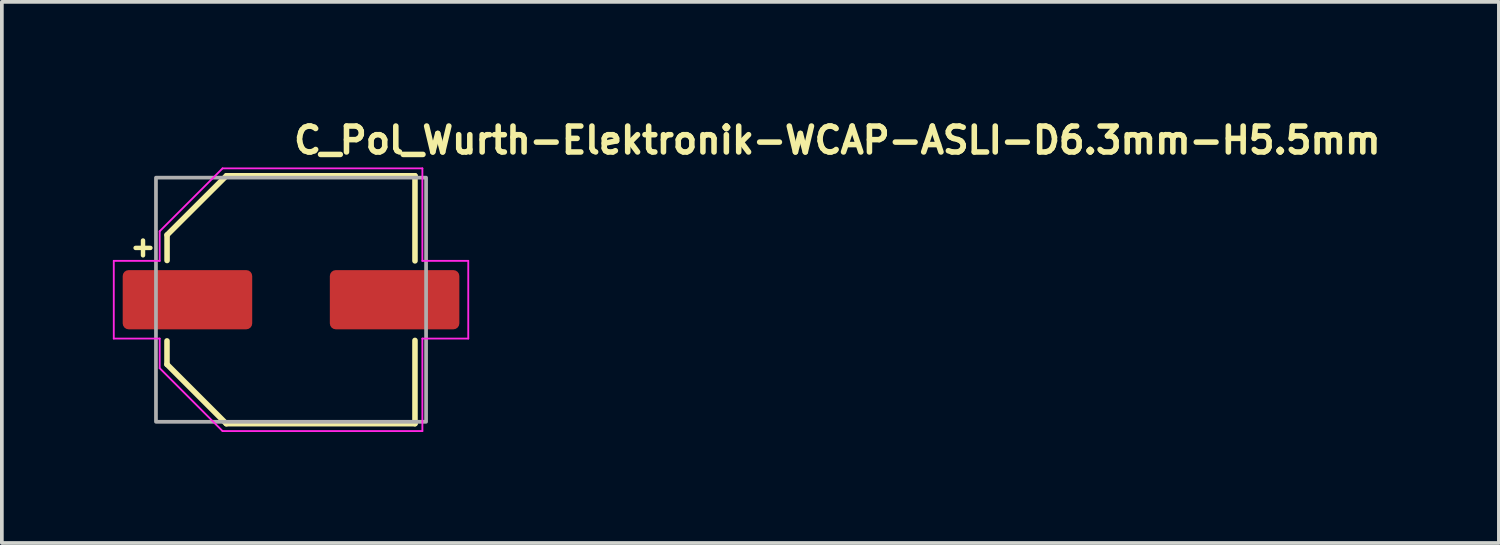
<source format=kicad_pcb>
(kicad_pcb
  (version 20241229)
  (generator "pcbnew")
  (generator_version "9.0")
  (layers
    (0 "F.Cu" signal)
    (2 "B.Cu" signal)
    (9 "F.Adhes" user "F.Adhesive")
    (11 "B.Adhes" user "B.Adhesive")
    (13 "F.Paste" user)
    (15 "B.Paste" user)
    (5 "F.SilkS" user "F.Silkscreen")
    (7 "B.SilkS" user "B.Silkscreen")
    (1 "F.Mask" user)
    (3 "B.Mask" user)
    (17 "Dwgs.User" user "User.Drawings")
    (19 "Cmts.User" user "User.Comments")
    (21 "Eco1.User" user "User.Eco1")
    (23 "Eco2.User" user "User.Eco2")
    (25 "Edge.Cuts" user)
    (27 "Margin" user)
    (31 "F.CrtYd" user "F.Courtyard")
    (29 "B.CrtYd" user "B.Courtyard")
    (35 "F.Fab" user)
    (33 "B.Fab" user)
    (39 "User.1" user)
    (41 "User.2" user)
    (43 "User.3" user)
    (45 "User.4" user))
  (footprint "C_Pol_Wurth-Elektronik-WCAP-ASLI-D6.3mm-H5.5mm"
    (layer "F.Cu")
    (at 4.815 5.05)
    (property "Reference" "C_Pol_Wurth-Elektronik-WCAP-ASLI-D6.3mm-H5.5mm" (at 0 -3.9 0) (layer "F.SilkS") (effects (font (size 0.7 0.7) (thickness 0.15)) (justify left bottom)))
    (attr smd)
    (fp_line (start -4.2 -1.4) (end -3.8 -1.4) (stroke (width 0.12) (type solid)) (layer "F.SilkS"))
    (fp_line (start -4 -1.6) (end -4 -1.2) (stroke (width 0.12) (type solid)) (layer "F.SilkS"))
    (fp_line (start -3.352 1.748) (end -3.352 1.113) (stroke (width 0.15) (type solid)) (layer "F.SilkS"))
    (fp_line (start -3.352 1.748) (end -1.748 3.352) (stroke (width 0.15) (type solid)) (layer "F.SilkS"))
    (fp_line (start -3.35 -1.75) (end -3.35 -1.06) (stroke (width 0.15) (type solid)) (layer "F.SilkS"))
    (fp_line (start -3.35 -1.75) (end -1.747 -3.349) (stroke (width 0.15) (type solid)) (layer "F.SilkS"))
    (fp_line (start -1.748 3.35) (end 3.35 3.35) (stroke (width 0.15) (type solid)) (layer "F.SilkS"))
    (fp_line (start -1.747 -3.349) (end 3.35 -3.35) (stroke (width 0.15) (type solid)) (layer "F.SilkS"))
    (fp_line (start 3.35 -3.35) (end 3.35 -1.05) (stroke (width 0.15) (type solid)) (layer "F.SilkS"))
    (fp_line (start 3.35 3.35) (end 3.35 1.1) (stroke (width 0.15) (type solid)) (layer "F.SilkS"))
    (fp_line (start -4.79 1.05) (end -4.79 -1.05) (stroke (width 0.05) (type solid)) (layer "F.CrtYd"))
    (fp_line (start -4.79 1.05) (end -3.55 1.05) (stroke (width 0.05) (type solid)) (layer "F.CrtYd"))
    (fp_line (start -3.55 -1.85) (end -3.55 -1.05) (stroke (width 0.05) (type solid)) (layer "F.CrtYd"))
    (fp_line (start -3.55 -1.85) (end -1.85 -3.55) (stroke (width 0.05) (type solid)) (layer "F.CrtYd"))
    (fp_line (start -3.55 -1.05) (end -4.79 -1.05) (stroke (width 0.05) (type solid)) (layer "F.CrtYd"))
    (fp_line (start -3.55 1.05) (end -3.55 1.85) (stroke (width 0.05) (type solid)) (layer "F.CrtYd"))
    (fp_line (start -1.85 -3.55) (end 3.55 -3.55) (stroke (width 0.05) (type solid)) (layer "F.CrtYd"))
    (fp_line (start -1.85 3.55) (end -3.55 1.85) (stroke (width 0.05) (type solid)) (layer "F.CrtYd"))
    (fp_line (start -1.85 3.55) (end 3.55 3.55) (stroke (width 0.05) (type solid)) (layer "F.CrtYd"))
    (fp_line (start 3.55 -3.55) (end 3.55 -1.05) (stroke (width 0.05) (type solid)) (layer "F.CrtYd"))
    (fp_line (start 3.55 -1.05) (end 4.79 -1.05) (stroke (width 0.05) (type solid)) (layer "F.CrtYd"))
    (fp_line (start 3.55 3.55) (end 3.55 1.05) (stroke (width 0.05) (type solid)) (layer "F.CrtYd"))
    (fp_line (start 4.79 -1.05) (end 4.79 1.05) (stroke (width 0.05) (type solid)) (layer "F.CrtYd"))
    (fp_line (start 4.79 1.05) (end 3.55 1.05) (stroke (width 0.05) (type solid)) (layer "F.CrtYd"))
    (fp_rect (start -3.65 -3.299) (end 3.65 3.299) (stroke (width 0.1) (type solid)) (fill no) (layer "F.Fab"))
    (fp_rect (start -3.65 -3.299) (end 3.65 3.299) (stroke (width 0.1) (type solid)) (fill no) (layer "User.5"))
    (fp_line (start -3.658 0.325) (end -3.658 -0.325) (stroke (width 0.02) (type solid)) (layer "User.9"))
    (fp_line (start -3.308 -1.75) (end -1.758 -3.299) (stroke (width 0.02) (type solid)) (layer "User.9"))
    (fp_line (start -3.308 -1) (end -3.308 -1.75) (stroke (width 0.02) (type solid)) (layer "User.9"))
    (fp_line (start -3.308 -0.325) (end -3.658 -0.325) (stroke (width 0.02) (type solid)) (layer "User.9"))
    (fp_line (start -3.308 0.325) (end -3.658 0.325) (stroke (width 0.02) (type solid)) (layer "User.9"))
    (fp_line (start -3.308 1) (end -3.308 -1) (stroke (width 0.02) (type solid)) (layer "User.9"))
    (fp_line (start -3.308 1) (end -2.995 1) (stroke (width 0.02) (type solid)) (layer "User.9"))
    (fp_line (start -3.308 1.75) (end -3.308 1) (stroke (width 0.02) (type solid)) (layer "User.9"))
    (fp_line (start -3.158 0) (end -3.153 -0.162) (stroke (width 0.02) (type solid)) (layer "User.9"))
    (fp_line (start -3.153 -0.162) (end -3.141 -0.321) (stroke (width 0.02) (type solid)) (layer "User.9"))
    (fp_line (start -3.153 0.162) (end -3.157 0) (stroke (width 0.02) (type solid)) (layer "User.9"))
    (fp_line (start -3.141 -0.321) (end -3.121 -0.479) (stroke (width 0.02) (type solid)) (layer "User.9"))
    (fp_line (start -3.141 0.322) (end -3.153 0.162) (stroke (width 0.02) (type solid)) (layer "User.9"))
    (fp_line (start -3.121 -0.479) (end -3.093 -0.634) (stroke (width 0.02) (type solid)) (layer "User.9"))
    (fp_line (start -3.121 0.479) (end -3.141 0.322) (stroke (width 0.02) (type solid)) (layer "User.9"))
    (fp_line (start -3.093 -0.634) (end -3.058 -0.786) (stroke (width 0.02) (type solid)) (layer "User.9"))
    (fp_line (start -3.093 0.634) (end -3.121 0.479) (stroke (width 0.02) (type solid)) (layer "User.9"))
    (fp_line (start -3.058 -0.786) (end -3.016 -0.936) (stroke (width 0.02) (type solid)) (layer "User.9"))
    (fp_line (start -3.058 0.787) (end -3.093 0.634) (stroke (width 0.02) (type solid)) (layer "User.9"))
    (fp_line (start -3.016 -0.936) (end -2.966 -1.082) (stroke (width 0.02) (type solid)) (layer "User.9"))
    (fp_line (start -3.016 0.936) (end -3.058 0.787) (stroke (width 0.02) (type solid)) (layer "User.9"))
    (fp_line (start -2.995 -1) (end -3.308 -1) (stroke (width 0.02) (type solid)) (layer "User.9"))
    (fp_line (start -2.966 -1.082) (end -2.91 -1.225) (stroke (width 0.02) (type solid)) (layer "User.9"))
    (fp_line (start -2.966 1.082) (end -3.016 0.936) (stroke (width 0.02) (type solid)) (layer "User.9"))
    (fp_line (start -2.91 -1.225) (end -2.847 -1.365) (stroke (width 0.02) (type solid)) (layer "User.9"))
    (fp_line (start -2.91 1.225) (end -2.966 1.082) (stroke (width 0.02) (type solid)) (layer "User.9"))
    (fp_line (start -2.847 -1.365) (end -2.777 -1.5) (stroke (width 0.02) (type solid)) (layer "User.9"))
    (fp_line (start -2.846 1.365) (end -2.91 1.225) (stroke (width 0.02) (type solid)) (layer "User.9"))
    (fp_line (start -2.777 -1.5) (end -2.701 -1.632) (stroke (width 0.02) (type solid)) (layer "User.9"))
    (fp_line (start -2.777 1.501) (end -2.846 1.365) (stroke (width 0.02) (type solid)) (layer "User.9"))
    (fp_line (start -2.701 -1.632) (end -2.619 -1.76) (stroke (width 0.02) (type solid)) (layer "User.9"))
    (fp_line (start -2.701 1.632) (end -2.777 1.501) (stroke (width 0.02) (type solid)) (layer "User.9"))
    (fp_line (start -2.619 -1.76) (end -2.531 -1.883) (stroke (width 0.02) (type solid)) (layer "User.9"))
    (fp_line (start -2.619 1.76) (end -2.701 1.632) (stroke (width 0.02) (type solid)) (layer "User.9"))
    (fp_line (start -2.531 -1.883) (end -2.438 -2.002) (stroke (width 0.02) (type solid)) (layer "User.9"))
    (fp_line (start -2.531 1.884) (end -2.619 1.76) (stroke (width 0.02) (type solid)) (layer "User.9"))
    (fp_line (start -2.438 -2.002) (end -2.339 -2.117) (stroke (width 0.02) (type solid)) (layer "User.9"))
    (fp_line (start -2.438 2.003) (end -2.531 1.884) (stroke (width 0.02) (type solid)) (layer "User.9"))
    (fp_line (start -2.339 -2.117) (end -2.235 -2.226) (stroke (width 0.02) (type solid)) (layer "User.9"))
    (fp_line (start -2.339 2.117) (end -2.438 2.003) (stroke (width 0.02) (type solid)) (layer "User.9"))
    (fp_line (start -2.235 -2.226) (end -2.125 -2.33) (stroke (width 0.02) (type solid)) (layer "User.9"))
    (fp_line (start -2.234 2.226) (end -2.339 2.117) (stroke (width 0.02) (type solid)) (layer "User.9"))
    (fp_line (start -2.125 -2.33) (end -2.011 -2.429) (stroke (width 0.02) (type solid)) (layer "User.9"))
    (fp_line (start -2.125 2.33) (end -2.234 2.226) (stroke (width 0.02) (type solid)) (layer "User.9"))
    (fp_line (start -2.011 -2.429) (end -1.891 -2.523) (stroke (width 0.02) (type solid)) (layer "User.9"))
    (fp_line (start -2.011 2.429) (end -2.125 2.33) (stroke (width 0.02) (type solid)) (layer "User.9"))
    (fp_line (start -1.891 -2.523) (end -1.768 -2.61) (stroke (width 0.02) (type solid)) (layer "User.9"))
    (fp_line (start -1.891 2.523) (end -2.011 2.429) (stroke (width 0.02) (type solid)) (layer "User.9"))
    (fp_line (start -1.768 -2.61) (end -1.641 -2.692) (stroke (width 0.02) (type solid)) (layer "User.9"))
    (fp_line (start -1.768 2.611) (end -1.891 2.523) (stroke (width 0.02) (type solid)) (layer "User.9"))
    (fp_line (start -1.758 -3.299) (end -1.008 -3.299) (stroke (width 0.02) (type solid)) (layer "User.9"))
    (fp_line (start -1.758 3.299) (end -3.308 1.75) (stroke (width 0.02) (type solid)) (layer "User.9"))
    (fp_line (start -1.641 -2.692) (end -1.508 -2.768) (stroke (width 0.02) (type solid)) (layer "User.9"))
    (fp_line (start -1.64 2.693) (end -1.768 2.611) (stroke (width 0.02) (type solid)) (layer "User.9"))
    (fp_line (start -1.508 -2.768) (end -1.372 -2.838) (stroke (width 0.02) (type solid)) (layer "User.9"))
    (fp_line (start -1.508 2.768) (end -1.64 2.693) (stroke (width 0.02) (type solid)) (layer "User.9"))
    (fp_line (start -1.372 -2.838) (end -1.233 -2.901) (stroke (width 0.02) (type solid)) (layer "User.9"))
    (fp_line (start -1.372 2.838) (end -1.508 2.768) (stroke (width 0.02) (type solid)) (layer "User.9"))
    (fp_line (start -1.233 -2.901) (end -1.09 -2.957) (stroke (width 0.02) (type solid)) (layer "User.9"))
    (fp_line (start -1.233 2.901) (end -1.372 2.838) (stroke (width 0.02) (type solid)) (layer "User.9"))
    (fp_line (start -1.09 -2.957) (end -0.943 -3.007) (stroke (width 0.02) (type solid)) (layer "User.9"))
    (fp_line (start -1.09 2.957) (end -1.233 2.901) (stroke (width 0.02) (type solid)) (layer "User.9"))
    (fp_line (start -1.008 -3.299) (end -1.008 -2.987) (stroke (width 0.02) (type solid)) (layer "User.9"))
    (fp_line (start -1.008 -3.299) (end 0.992 -3.299) (stroke (width 0.02) (type solid)) (layer "User.9"))
    (fp_line (start -1.008 2.987) (end -1.008 3.299) (stroke (width 0.02) (type solid)) (layer "User.9"))
    (fp_line (start -1.008 3.299) (end -1.758 3.299) (stroke (width 0.02) (type solid)) (layer "User.9"))
    (fp_line (start -0.943 -3.007) (end -0.794 -3.049) (stroke (width 0.02) (type solid)) (layer "User.9"))
    (fp_line (start -0.943 3.007) (end -1.09 2.957) (stroke (width 0.02) (type solid)) (layer "User.9"))
    (fp_line (start -0.794 -3.049) (end -0.642 -3.084) (stroke (width 0.02) (type solid)) (layer "User.9"))
    (fp_line (start -0.794 3.049) (end -0.943 3.007) (stroke (width 0.02) (type solid)) (layer "User.9"))
    (fp_line (start -0.642 -3.084) (end -0.487 -3.112) (stroke (width 0.02) (type solid)) (layer "User.9"))
    (fp_line (start -0.642 3.084) (end -0.794 3.049) (stroke (width 0.02) (type solid)) (layer "User.9"))
    (fp_line (start -0.487 -3.112) (end -0.33 -3.132) (stroke (width 0.02) (type solid)) (layer "User.9"))
    (fp_line (start -0.487 3.112) (end -0.642 3.084) (stroke (width 0.02) (type solid)) (layer "User.9"))
    (fp_line (start -0.33 -3.132) (end -0.169 -3.144) (stroke (width 0.02) (type solid)) (layer "User.9"))
    (fp_line (start -0.329 3.132) (end -0.487 3.112) (stroke (width 0.02) (type solid)) (layer "User.9"))
    (fp_line (start -0.169 -3.144) (end -0.008 -3.148) (stroke (width 0.02) (type solid)) (layer "User.9"))
    (fp_line (start -0.169 3.144) (end -0.329 3.132) (stroke (width 0.02) (type solid)) (layer "User.9"))
    (fp_line (start -0.008 -3.148) (end -0.008 -3.148) (stroke (width 0.02) (type solid)) (layer "User.9"))
    (fp_line (start -0.008 -3.148) (end 0.153 -3.144) (stroke (width 0.02) (type solid)) (layer "User.9"))
    (fp_line (start -0.008 3.148) (end -0.169 3.144) (stroke (width 0.02) (type solid)) (layer "User.9"))
    (fp_line (start -0.008 3.148) (end -0.008 3.148) (stroke (width 0.02) (type solid)) (layer "User.9"))
    (fp_line (start 0.153 -3.144) (end 0.314 -3.132) (stroke (width 0.02) (type solid)) (layer "User.9"))
    (fp_line (start 0.154 3.144) (end -0.008 3.148) (stroke (width 0.02) (type solid)) (layer "User.9"))
    (fp_line (start 0.314 -3.132) (end 0.472 -3.112) (stroke (width 0.02) (type solid)) (layer "User.9"))
    (fp_line (start 0.314 3.132) (end 0.154 3.144) (stroke (width 0.02) (type solid)) (layer "User.9"))
    (fp_line (start 0.472 -3.112) (end 0.626 -3.084) (stroke (width 0.02) (type solid)) (layer "User.9"))
    (fp_line (start 0.472 3.112) (end 0.314 3.132) (stroke (width 0.02) (type solid)) (layer "User.9"))
    (fp_line (start 0.626 -3.084) (end 0.778 -3.049) (stroke (width 0.02) (type solid)) (layer "User.9"))
    (fp_line (start 0.626 3.084) (end 0.472 3.112) (stroke (width 0.02) (type solid)) (layer "User.9"))
    (fp_line (start 0.778 -3.049) (end 0.928 -3.007) (stroke (width 0.02) (type solid)) (layer "User.9"))
    (fp_line (start 0.779 3.049) (end 0.626 3.084) (stroke (width 0.02) (type solid)) (layer "User.9"))
    (fp_line (start 0.928 -3.007) (end 1.075 -2.957) (stroke (width 0.02) (type solid)) (layer "User.9"))
    (fp_line (start 0.928 3.007) (end 0.779 3.049) (stroke (width 0.02) (type solid)) (layer "User.9"))
    (fp_line (start 0.992 -3.299) (end 2.992 -3.299) (stroke (width 0.02) (type solid)) (layer "User.9"))
    (fp_line (start 0.992 -2.987) (end 0.992 -3.299) (stroke (width 0.02) (type solid)) (layer "User.9"))
    (fp_line (start 0.992 3.299) (end -1.008 3.299) (stroke (width 0.02) (type solid)) (layer "User.9"))
    (fp_line (start 0.992 3.299) (end 0.992 2.987) (stroke (width 0.02) (type solid)) (layer "User.9"))
    (fp_line (start 1.075 -2.957) (end 1.218 -2.901) (stroke (width 0.02) (type solid)) (layer "User.9"))
    (fp_line (start 1.075 2.957) (end 0.928 3.007) (stroke (width 0.02) (type solid)) (layer "User.9"))
    (fp_line (start 1.125 -2.598) (end 1.222 -2.554) (stroke (width 0.02) (type solid)) (layer "User.9"))
    (fp_line (start 1.125 2.598) (end 1.125 -2.598) (stroke (width 0.02) (type solid)) (layer "User.9"))
    (fp_line (start 1.218 -2.901) (end 1.357 -2.838) (stroke (width 0.02) (type solid)) (layer "User.9"))
    (fp_line (start 1.218 2.901) (end 1.075 2.957) (stroke (width 0.02) (type solid)) (layer "User.9"))
    (fp_line (start 1.222 -2.554) (end 1.315 -2.507) (stroke (width 0.02) (type solid)) (layer "User.9"))
    (fp_line (start 1.315 -2.507) (end 1.406 -2.456) (stroke (width 0.02) (type solid)) (layer "User.9"))
    (fp_line (start 1.315 2.507) (end 1.126 2.598) (stroke (width 0.02) (type solid)) (layer "User.9"))
    (fp_line (start 1.357 -2.838) (end 1.494 -2.768) (stroke (width 0.02) (type solid)) (layer "User.9"))
    (fp_line (start 1.357 2.838) (end 1.218 2.901) (stroke (width 0.02) (type solid)) (layer "User.9"))
    (fp_line (start 1.406 -2.456) (end 1.496 -2.403) (stroke (width 0.02) (type solid)) (layer "User.9"))
    (fp_line (start 1.494 -2.768) (end 1.625 -2.693) (stroke (width 0.02) (type solid)) (layer "User.9"))
    (fp_line (start 1.494 2.768) (end 1.357 2.838) (stroke (width 0.02) (type solid)) (layer "User.9"))
    (fp_line (start 1.496 -2.403) (end 1.583 -2.347) (stroke (width 0.02) (type solid)) (layer "User.9"))
    (fp_line (start 1.496 2.403) (end 1.315 2.507) (stroke (width 0.02) (type solid)) (layer "User.9"))
    (fp_line (start 1.583 -2.347) (end 1.666 -2.287) (stroke (width 0.02) (type solid)) (layer "User.9"))
    (fp_line (start 1.625 -2.693) (end 1.752 -2.611) (stroke (width 0.02) (type solid)) (layer "User.9"))
    (fp_line (start 1.625 2.692) (end 1.494 2.768) (stroke (width 0.02) (type solid)) (layer "User.9"))
    (fp_line (start 1.666 -2.287) (end 1.748 -2.225) (stroke (width 0.02) (type solid)) (layer "User.9"))
    (fp_line (start 1.666 2.287) (end 1.496 2.403) (stroke (width 0.02) (type solid)) (layer "User.9"))
    (fp_line (start 1.748 -2.225) (end 1.827 -2.16) (stroke (width 0.02) (type solid)) (layer "User.9"))
    (fp_line (start 1.752 -2.611) (end 1.876 -2.523) (stroke (width 0.02) (type solid)) (layer "User.9"))
    (fp_line (start 1.752 2.61) (end 1.625 2.692) (stroke (width 0.02) (type solid)) (layer "User.9"))
    (fp_line (start 1.827 -2.16) (end 1.904 -2.093) (stroke (width 0.02) (type solid)) (layer "User.9"))
    (fp_line (start 1.827 2.16) (end 1.666 2.287) (stroke (width 0.02) (type solid)) (layer "User.9"))
    (fp_line (start 1.876 -2.523) (end 1.996 -2.429) (stroke (width 0.02) (type solid)) (layer "User.9"))
    (fp_line (start 1.876 2.523) (end 1.752 2.61) (stroke (width 0.02) (type solid)) (layer "User.9"))
    (fp_line (start 1.904 -2.093) (end 1.978 -2.022) (stroke (width 0.02) (type solid)) (layer "User.9"))
    (fp_line (start 1.978 -2.022) (end 2.05 -1.95) (stroke (width 0.02) (type solid)) (layer "User.9"))
    (fp_line (start 1.978 2.022) (end 1.827 2.16) (stroke (width 0.02) (type solid)) (layer "User.9"))
    (fp_line (start 1.996 -2.429) (end 2.11 -2.33) (stroke (width 0.02) (type solid)) (layer "User.9"))
    (fp_line (start 1.996 2.429) (end 1.876 2.523) (stroke (width 0.02) (type solid)) (layer "User.9"))
    (fp_line (start 2.05 -1.95) (end 2.118 -1.875) (stroke (width 0.02) (type solid)) (layer "User.9"))
    (fp_line (start 2.11 -2.33) (end 2.219 -2.226) (stroke (width 0.02) (type solid)) (layer "User.9"))
    (fp_line (start 2.11 2.33) (end 1.996 2.429) (stroke (width 0.02) (type solid)) (layer "User.9"))
    (fp_line (start 2.118 -1.875) (end 2.184 -1.797) (stroke (width 0.02) (type solid)) (layer "User.9"))
    (fp_line (start 2.118 1.875) (end 1.978 2.022) (stroke (width 0.02) (type solid)) (layer "User.9"))
    (fp_line (start 2.184 -1.797) (end 2.247 -1.718) (stroke (width 0.02) (type solid)) (layer "User.9"))
    (fp_line (start 2.219 -2.226) (end 2.324 -2.117) (stroke (width 0.02) (type solid)) (layer "User.9"))
    (fp_line (start 2.219 2.226) (end 2.11 2.33) (stroke (width 0.02) (type solid)) (layer "User.9"))
    (fp_line (start 2.247 -1.718) (end 2.307 -1.636) (stroke (width 0.02) (type solid)) (layer "User.9"))
    (fp_line (start 2.247 1.718) (end 2.118 1.875) (stroke (width 0.02) (type solid)) (layer "User.9"))
    (fp_line (start 2.307 -1.636) (end 2.364 -1.552) (stroke (width 0.02) (type solid)) (layer "User.9"))
    (fp_line (start 2.324 -2.117) (end 2.423 -2.003) (stroke (width 0.02) (type solid)) (layer "User.9"))
    (fp_line (start 2.324 2.117) (end 2.219 2.226) (stroke (width 0.02) (type solid)) (layer "User.9"))
    (fp_line (start 2.364 -1.552) (end 2.418 -1.467) (stroke (width 0.02) (type solid)) (layer "User.9"))
    (fp_line (start 2.364 1.552) (end 2.247 1.718) (stroke (width 0.02) (type solid)) (layer "User.9"))
    (fp_line (start 2.418 -1.467) (end 2.469 -1.379) (stroke (width 0.02) (type solid)) (layer "User.9"))
    (fp_line (start 2.423 -2.003) (end 2.516 -1.884) (stroke (width 0.02) (type solid)) (layer "User.9"))
    (fp_line (start 2.423 2.002) (end 2.324 2.117) (stroke (width 0.02) (type solid)) (layer "User.9"))
    (fp_line (start 2.469 -1.379) (end 2.517 -1.289) (stroke (width 0.02) (type solid)) (layer "User.9"))
    (fp_line (start 2.469 1.379) (end 2.364 1.552) (stroke (width 0.02) (type solid)) (layer "User.9"))
    (fp_line (start 2.516 -1.884) (end 2.604 -1.76) (stroke (width 0.02) (type solid)) (layer "User.9"))
    (fp_line (start 2.516 1.883) (end 2.423 2.002) (stroke (width 0.02) (type solid)) (layer "User.9"))
    (fp_line (start 2.517 -1.289) (end 2.562 -1.198) (stroke (width 0.02) (type solid)) (layer "User.9"))
    (fp_line (start 2.562 -1.198) (end 2.602 -1.105) (stroke (width 0.02) (type solid)) (layer "User.9"))
    (fp_line (start 2.562 1.198) (end 2.469 1.379) (stroke (width 0.02) (type solid)) (layer "User.9"))
    (fp_line (start 2.602 -1.105) (end 2.641 -1.011) (stroke (width 0.02) (type solid)) (layer "User.9"))
    (fp_line (start 2.604 -1.76) (end 2.686 -1.632) (stroke (width 0.02) (type solid)) (layer "User.9"))
    (fp_line (start 2.604 1.76) (end 2.516 1.883) (stroke (width 0.02) (type solid)) (layer "User.9"))
    (fp_line (start 2.641 -1.011) (end 2.675 -0.915) (stroke (width 0.02) (type solid)) (layer "User.9"))
    (fp_line (start 2.641 1.011) (end 2.562 1.198) (stroke (width 0.02) (type solid)) (layer "User.9"))
    (fp_line (start 2.675 -0.915) (end 2.707 -0.818) (stroke (width 0.02) (type solid)) (layer "User.9"))
    (fp_line (start 2.686 -1.632) (end 2.762 -1.501) (stroke (width 0.02) (type solid)) (layer "User.9"))
    (fp_line (start 2.686 1.632) (end 2.604 1.76) (stroke (width 0.02) (type solid)) (layer "User.9"))
    (fp_line (start 2.707 -0.818) (end 2.735 -0.719) (stroke (width 0.02) (type solid)) (layer "User.9"))
    (fp_line (start 2.707 0.818) (end 2.641 1.011) (stroke (width 0.02) (type solid)) (layer "User.9"))
    (fp_line (start 2.735 -0.719) (end 2.759 -0.619) (stroke (width 0.02) (type solid)) (layer "User.9"))
    (fp_line (start 2.759 -0.619) (end 2.779 -0.518) (stroke (width 0.02) (type solid)) (layer "User.9"))
    (fp_line (start 2.759 0.619) (end 2.707 0.818) (stroke (width 0.02) (type solid)) (layer "User.9"))
    (fp_line (start 2.762 -1.501) (end 2.83 -1.365) (stroke (width 0.02) (type solid)) (layer "User.9"))
    (fp_line (start 2.762 1.5) (end 2.686 1.632) (stroke (width 0.02) (type solid)) (layer "User.9"))
    (fp_line (start 2.779 -0.518) (end 2.795 -0.416) (stroke (width 0.02) (type solid)) (layer "User.9"))
    (fp_line (start 2.795 -0.416) (end 2.808 -0.313) (stroke (width 0.02) (type solid)) (layer "User.9"))
    (fp_line (start 2.795 0.416) (end 2.759 0.619) (stroke (width 0.02) (type solid)) (layer "User.9"))
    (fp_line (start 2.808 -0.313) (end 2.819 -0.209) (stroke (width 0.02) (type solid)) (layer "User.9"))
    (fp_line (start 2.819 -0.209) (end 2.824 -0.105) (stroke (width 0.02) (type solid)) (layer "User.9"))
    (fp_line (start 2.819 0.209) (end 2.795 0.416) (stroke (width 0.02) (type solid)) (layer "User.9"))
    (fp_line (start 2.824 -0.105) (end 2.827 0) (stroke (width 0.02) (type solid)) (layer "User.9"))
    (fp_line (start 2.827 0) (end 2.819 0.209) (stroke (width 0.02) (type solid)) (layer "User.9"))
    (fp_line (start 2.83 -1.365) (end 2.894 -1.225) (stroke (width 0.02) (type solid)) (layer "User.9"))
    (fp_line (start 2.831 1.365) (end 2.762 1.5) (stroke (width 0.02) (type solid)) (layer "User.9"))
    (fp_line (start 2.894 -1.225) (end 2.949 -1.082) (stroke (width 0.02) (type solid)) (layer "User.9"))
    (fp_line (start 2.894 1.225) (end 2.831 1.365) (stroke (width 0.02) (type solid)) (layer "User.9"))
    (fp_line (start 2.949 -1.082) (end 3 -0.936) (stroke (width 0.02) (type solid)) (layer "User.9"))
    (fp_line (start 2.949 1.082) (end 2.894 1.225) (stroke (width 0.02) (type solid)) (layer "User.9"))
    (fp_line (start 2.979 1) (end 3.291 1) (stroke (width 0.02) (type solid)) (layer "User.9"))
    (fp_line (start 2.992 3.299) (end 0.992 3.299) (stroke (width 0.02) (type solid)) (layer "User.9"))
    (fp_line (start 2.992 3.299) (end 3.005 3.299) (stroke (width 0.02) (type solid)) (layer "User.9"))
    (fp_line (start 3 -0.936) (end 3.041 -0.787) (stroke (width 0.02) (type solid)) (layer "User.9"))
    (fp_line (start 3 0.936) (end 2.949 1.082) (stroke (width 0.02) (type solid)) (layer "User.9"))
    (fp_line (start 3.005 -3.299) (end 2.992 -3.299) (stroke (width 0.02) (type solid)) (layer "User.9"))
    (fp_line (start 3.005 3.299) (end 3.021 3.298) (stroke (width 0.02) (type solid)) (layer "User.9"))
    (fp_line (start 3.021 -3.298) (end 3.005 -3.299) (stroke (width 0.02) (type solid)) (layer "User.9"))
    (fp_line (start 3.021 3.298) (end 3.036 3.296) (stroke (width 0.02) (type solid)) (layer "User.9"))
    (fp_line (start 3.036 -3.296) (end 3.021 -3.298) (stroke (width 0.02) (type solid)) (layer "User.9"))
    (fp_line (start 3.036 3.296) (end 3.049 3.294) (stroke (width 0.02) (type solid)) (layer "User.9"))
    (fp_line (start 3.041 -0.787) (end 3.077 -0.634) (stroke (width 0.02) (type solid)) (layer "User.9"))
    (fp_line (start 3.041 0.786) (end 3 0.936) (stroke (width 0.02) (type solid)) (layer "User.9"))
    (fp_line (start 3.049 -3.294) (end 3.036 -3.296) (stroke (width 0.02) (type solid)) (layer "User.9"))
    (fp_line (start 3.049 3.294) (end 3.065 3.29) (stroke (width 0.02) (type solid)) (layer "User.9"))
    (fp_line (start 3.065 -3.29) (end 3.049 -3.294) (stroke (width 0.02) (type solid)) (layer "User.9"))
    (fp_line (start 3.065 3.29) (end 3.078 3.287) (stroke (width 0.02) (type solid)) (layer "User.9"))
    (fp_line (start 3.077 -0.634) (end 3.105 -0.479) (stroke (width 0.02) (type solid)) (layer "User.9"))
    (fp_line (start 3.077 0.634) (end 3.041 0.786) (stroke (width 0.02) (type solid)) (layer "User.9"))
    (fp_line (start 3.078 -3.287) (end 3.065 -3.29) (stroke (width 0.02) (type solid)) (layer "User.9"))
    (fp_line (start 3.078 3.287) (end 3.093 3.282) (stroke (width 0.02) (type solid)) (layer "User.9"))
    (fp_line (start 3.093 -3.282) (end 3.078 -3.287) (stroke (width 0.02) (type solid)) (layer "User.9"))
    (fp_line (start 3.093 3.282) (end 3.106 3.277) (stroke (width 0.02) (type solid)) (layer "User.9"))
    (fp_line (start 3.105 -0.479) (end 3.125 -0.322) (stroke (width 0.02) (type solid)) (layer "User.9"))
    (fp_line (start 3.105 0.479) (end 3.077 0.634) (stroke (width 0.02) (type solid)) (layer "User.9"))
    (fp_line (start 3.106 -3.277) (end 3.093 -3.282) (stroke (width 0.02) (type solid)) (layer "User.9"))
    (fp_line (start 3.106 3.277) (end 3.12 3.271) (stroke (width 0.02) (type solid)) (layer "User.9"))
    (fp_line (start 3.12 -3.271) (end 3.106 -3.277) (stroke (width 0.02) (type solid)) (layer "User.9"))
    (fp_line (start 3.12 3.271) (end 3.133 3.264) (stroke (width 0.02) (type solid)) (layer "User.9"))
    (fp_line (start 3.125 -0.322) (end 3.137 -0.162) (stroke (width 0.02) (type solid)) (layer "User.9"))
    (fp_line (start 3.125 0.321) (end 3.105 0.479) (stroke (width 0.02) (type solid)) (layer "User.9"))
    (fp_line (start 3.133 -3.264) (end 3.12 -3.271) (stroke (width 0.02) (type solid)) (layer "User.9"))
    (fp_line (start 3.133 3.264) (end 3.146 3.257) (stroke (width 0.02) (type solid)) (layer "User.9"))
    (fp_line (start 3.137 -0.162) (end 3.141 0) (stroke (width 0.02) (type solid)) (layer "User.9"))
    (fp_line (start 3.137 0.162) (end 3.125 0.321) (stroke (width 0.02) (type solid)) (layer "User.9"))
    (fp_line (start 3.141 0) (end 3.137 0.162) (stroke (width 0.02) (type solid)) (layer "User.9"))
    (fp_line (start 3.146 -3.257) (end 3.133 -3.264) (stroke (width 0.02) (type solid)) (layer "User.9"))
    (fp_line (start 3.146 3.257) (end 3.158 3.249) (stroke (width 0.02) (type solid)) (layer "User.9"))
    (fp_line (start 3.158 -3.249) (end 3.146 -3.257) (stroke (width 0.02) (type solid)) (layer "User.9"))
    (fp_line (start 3.158 3.249) (end 3.17 3.241) (stroke (width 0.02) (type solid)) (layer "User.9"))
    (fp_line (start 3.17 -3.241) (end 3.158 -3.249) (stroke (width 0.02) (type solid)) (layer "User.9"))
    (fp_line (start 3.17 3.241) (end 3.182 3.232) (stroke (width 0.02) (type solid)) (layer "User.9"))
    (fp_line (start 3.182 -3.232) (end 3.17 -3.241) (stroke (width 0.02) (type solid)) (layer "User.9"))
    (fp_line (start 3.182 3.232) (end 3.193 3.222) (stroke (width 0.02) (type solid)) (layer "User.9"))
    (fp_line (start 3.193 -3.222) (end 3.182 -3.232) (stroke (width 0.02) (type solid)) (layer "User.9"))
    (fp_line (start 3.193 3.222) (end 3.203 3.212) (stroke (width 0.02) (type solid)) (layer "User.9"))
    (fp_line (start 3.203 -3.212) (end 3.193 -3.222) (stroke (width 0.02) (type solid)) (layer "User.9"))
    (fp_line (start 3.203 -3.212) (end 3.203 -3.212) (stroke (width 0.02) (type solid)) (layer "User.9"))
    (fp_line (start 3.203 3.212) (end 3.203 3.212) (stroke (width 0.02) (type solid)) (layer "User.9"))
    (fp_line (start 3.203 3.212) (end 3.214 3.201) (stroke (width 0.02) (type solid)) (layer "User.9"))
    (fp_line (start 3.214 -3.201) (end 3.203 -3.212) (stroke (width 0.02) (type solid)) (layer "User.9"))
    (fp_line (start 3.214 3.201) (end 3.223 3.19) (stroke (width 0.02) (type solid)) (layer "User.9"))
    (fp_line (start 3.223 -3.19) (end 3.214 -3.201) (stroke (width 0.02) (type solid)) (layer "User.9"))
    (fp_line (start 3.223 3.19) (end 3.233 3.178) (stroke (width 0.02) (type solid)) (layer "User.9"))
    (fp_line (start 3.233 -3.178) (end 3.223 -3.19) (stroke (width 0.02) (type solid)) (layer "User.9"))
    (fp_line (start 3.233 3.178) (end 3.241 3.166) (stroke (width 0.02) (type solid)) (layer "User.9"))
    (fp_line (start 3.241 -3.166) (end 3.233 -3.178) (stroke (width 0.02) (type solid)) (layer "User.9"))
    (fp_line (start 3.241 3.166) (end 3.249 3.154) (stroke (width 0.02) (type solid)) (layer "User.9"))
    (fp_line (start 3.249 -3.154) (end 3.241 -3.166) (stroke (width 0.02) (type solid)) (layer "User.9"))
    (fp_line (start 3.249 3.154) (end 3.255 3.141) (stroke (width 0.02) (type solid)) (layer "User.9"))
    (fp_line (start 3.255 -3.141) (end 3.249 -3.154) (stroke (width 0.02) (type solid)) (layer "User.9"))
    (fp_line (start 3.255 3.141) (end 3.263 3.128) (stroke (width 0.02) (type solid)) (layer "User.9"))
    (fp_line (start 3.263 -3.128) (end 3.255 -3.141) (stroke (width 0.02) (type solid)) (layer "User.9"))
    (fp_line (start 3.263 3.128) (end 3.269 3.114) (stroke (width 0.02) (type solid)) (layer "User.9"))
    (fp_line (start 3.269 -3.114) (end 3.263 -3.128) (stroke (width 0.02) (type solid)) (layer "User.9"))
    (fp_line (start 3.269 3.114) (end 3.274 3.101) (stroke (width 0.02) (type solid)) (layer "User.9"))
    (fp_line (start 3.274 -3.101) (end 3.269 -3.114) (stroke (width 0.02) (type solid)) (layer "User.9"))
    (fp_line (start 3.274 3.101) (end 3.279 3.087) (stroke (width 0.02) (type solid)) (layer "User.9"))
    (fp_line (start 3.279 -3.087) (end 3.274 -3.101) (stroke (width 0.02) (type solid)) (layer "User.9"))
    (fp_line (start 3.279 3.087) (end 3.282 3.073) (stroke (width 0.02) (type solid)) (layer "User.9"))
    (fp_line (start 3.282 -3.073) (end 3.279 -3.087) (stroke (width 0.02) (type solid)) (layer "User.9"))
    (fp_line (start 3.282 3.073) (end 3.286 3.058) (stroke (width 0.02) (type solid)) (layer "User.9"))
    (fp_line (start 3.286 -3.058) (end 3.282 -3.073) (stroke (width 0.02) (type solid)) (layer "User.9"))
    (fp_line (start 3.286 3.058) (end 3.287 3.044) (stroke (width 0.02) (type solid)) (layer "User.9"))
    (fp_line (start 3.287 -3.044) (end 3.286 -3.058) (stroke (width 0.02) (type solid)) (layer "User.9"))
    (fp_line (start 3.287 3.044) (end 3.29 3.029) (stroke (width 0.02) (type solid)) (layer "User.9"))
    (fp_line (start 3.29 -3.029) (end 3.287 -3.044) (stroke (width 0.02) (type solid)) (layer "User.9"))
    (fp_line (start 3.29 3.029) (end 3.291 3.014) (stroke (width 0.02) (type solid)) (layer "User.9"))
    (fp_line (start 3.291 -3.014) (end 3.29 -3.029) (stroke (width 0.02) (type solid)) (layer "User.9"))
    (fp_line (start 3.291 -3) (end 3.291 -3.014) (stroke (width 0.02) (type solid)) (layer "User.9"))
    (fp_line (start 3.291 -3) (end 3.291 -1) (stroke (width 0.02) (type solid)) (layer "User.9"))
    (fp_line (start 3.291 -1) (end 2.979 -1) (stroke (width 0.02) (type solid)) (layer "User.9"))
    (fp_line (start 3.291 -1) (end 3.291 1) (stroke (width 0.02) (type solid)) (layer "User.9"))
    (fp_line (start 3.291 1) (end 3.291 3) (stroke (width 0.02) (type solid)) (layer "User.9"))
    (fp_line (start 3.291 3.014) (end 3.291 3) (stroke (width 0.02) (type solid)) (layer "User.9"))
    (fp_line (start 3.642 -0.325) (end 3.291 -0.325) (stroke (width 0.02) (type solid)) (layer "User.9"))
    (fp_line (start 3.642 -0.325) (end 3.642 0.325) (stroke (width 0.02) (type solid)) (layer "User.9"))
    (fp_line (start 3.642 0.325) (end 3.291 0.325) (stroke (width 0.02) (type solid)) (layer "User.9"))
    (pad "1" smd roundrect (at -2.799 0) (size 3.5 1.6) (layers "F.Cu" "F.Mask" "F.Paste") (roundrect_rratio 0.1))
    (pad "2" smd roundrect (at 2.799 0) (size 3.5 1.6) (layers "F.Cu" "F.Mask" "F.Paste") (roundrect_rratio 0.1)))
  (gr_rect
    (start -3 -3)
    (end 37.458 11.625)
    (stroke (width 0.1) (type default))
    (fill no)
    (layer "Edge.Cuts")))
</source>
